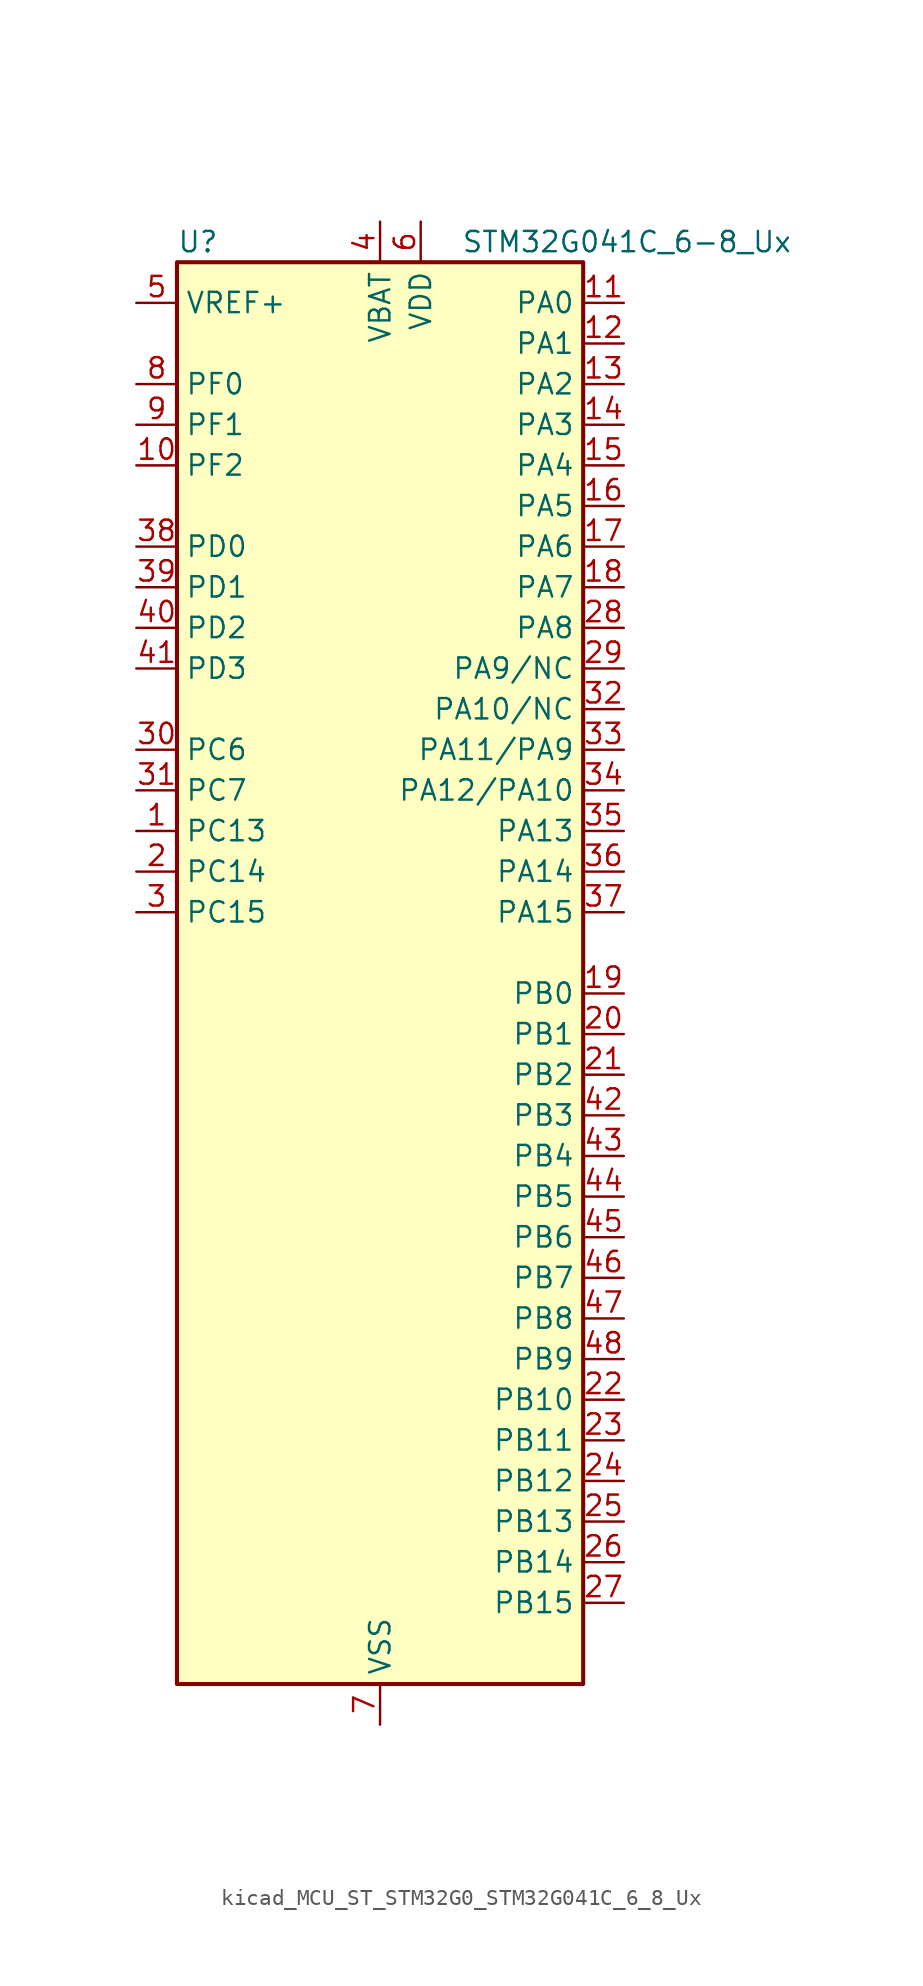
<source format=kicad_sym>
(kicad_symbol_lib
  (version 20220914)
  (generator kicad_symbol_editor)
  (symbol "kicad_MCU_ST_STM32G0_STM32G041C_6_8_Ux"
    (property "Reference" "U"
      (at -12.7 46.99 0)
      (effects (font (size 1.27 1.27)) (justify left)))
    (property "Value" "STM32G041C_6-8_Ux"
      (at 5.08 46.99 0)
      (effects (font (size 1.27 1.27)) (justify left)))
    (property "ki_locked" ""
      (at 0 0 0)
      (effects (font (size 1.27 1.27))))
    (symbol "kicad_MCU_ST_STM32G0_STM32G041C_6_8_Ux_0_1"
      (rectangle (start -12.7 -43.18) (end 12.7 45.72) (stroke (width 0.254) (type default)) (fill (type background))))
    (symbol "kicad_MCU_ST_STM32G0_STM32G041C_6_8_Ux_1_1"
      (pin bidirectional line (at -15.24 10.16 0) (length 2.54) (name "PC13" (effects (font (size 1.27 1.27)))) (number "1" (effects (font (size 1.27 1.27)))) (alternate "RTC_OUT_ALARM" bidirectional line) (alternate "RTC_OUT_CALIB" bidirectional line) (alternate "RTC_TAMP_IN1" bidirectional line) (alternate "RTC_TS" bidirectional line) (alternate "SYS_WKUP2" bidirectional line) (alternate "TIM1_BK" bidirectional line))
      (pin bidirectional line (at -15.24 33.02 0) (length 2.54) (name "PF2" (effects (font (size 1.27 1.27)))) (number "10" (effects (font (size 1.27 1.27)))) (alternate "RCC_MCO" bidirectional line))
      (pin bidirectional line (at 15.24 43.18 180) (length 2.54) (name "PA0" (effects (font (size 1.27 1.27)))) (number "11" (effects (font (size 1.27 1.27)))) (alternate "ADC1_IN0" bidirectional line) (alternate "LPTIM1_OUT" bidirectional line) (alternate "RTC_TAMP_IN2" bidirectional line) (alternate "SPI2_SCK" bidirectional line) (alternate "SYS_WKUP1" bidirectional line) (alternate "TIM2_CH1" bidirectional line) (alternate "TIM2_ETR" bidirectional line) (alternate "USART2_CTS" bidirectional line) (alternate "USART2_NSS" bidirectional line))
      (pin bidirectional line (at 15.24 40.64 180) (length 2.54) (name "PA1" (effects (font (size 1.27 1.27)))) (number "12" (effects (font (size 1.27 1.27)))) (alternate "ADC1_IN1" bidirectional line) (alternate "I2C1_SMBA" bidirectional line) (alternate "I2S1_CK" bidirectional line) (alternate "SPI1_SCK" bidirectional line) (alternate "TIM2_CH2" bidirectional line) (alternate "USART2_CK" bidirectional line) (alternate "USART2_DE" bidirectional line) (alternate "USART2_RTS" bidirectional line))
      (pin bidirectional line (at 15.24 38.1 180) (length 2.54) (name "PA2" (effects (font (size 1.27 1.27)))) (number "13" (effects (font (size 1.27 1.27)))) (alternate "ADC1_IN2" bidirectional line) (alternate "I2S1_SD" bidirectional line) (alternate "LPUART1_TX" bidirectional line) (alternate "RCC_LSCO" bidirectional line) (alternate "SPI1_MOSI" bidirectional line) (alternate "SYS_WKUP4" bidirectional line) (alternate "TIM2_CH3" bidirectional line) (alternate "USART2_TX" bidirectional line))
      (pin bidirectional line (at 15.24 35.56 180) (length 2.54) (name "PA3" (effects (font (size 1.27 1.27)))) (number "14" (effects (font (size 1.27 1.27)))) (alternate "ADC1_IN3" bidirectional line) (alternate "LPUART1_RX" bidirectional line) (alternate "SPI2_MISO" bidirectional line) (alternate "TIM2_CH4" bidirectional line) (alternate "USART2_RX" bidirectional line))
      (pin bidirectional line (at 15.24 33.02 180) (length 2.54) (name "PA4" (effects (font (size 1.27 1.27)))) (number "15" (effects (font (size 1.27 1.27)))) (alternate "ADC1_IN4" bidirectional line) (alternate "I2S1_WS" bidirectional line) (alternate "LPTIM2_OUT" bidirectional line) (alternate "RTC_OUT_ALARM" bidirectional line) (alternate "RTC_OUT_CALIB" bidirectional line) (alternate "SPI1_NSS" bidirectional line) (alternate "SPI2_MOSI" bidirectional line) (alternate "TIM14_CH1" bidirectional line))
      (pin bidirectional line (at 15.24 30.48 180) (length 2.54) (name "PA5" (effects (font (size 1.27 1.27)))) (number "16" (effects (font (size 1.27 1.27)))) (alternate "ADC1_IN5" bidirectional line) (alternate "I2S1_CK" bidirectional line) (alternate "LPTIM2_ETR" bidirectional line) (alternate "SPI1_SCK" bidirectional line) (alternate "TIM2_CH1" bidirectional line) (alternate "TIM2_ETR" bidirectional line))
      (pin bidirectional line (at 15.24 27.94 180) (length 2.54) (name "PA6" (effects (font (size 1.27 1.27)))) (number "17" (effects (font (size 1.27 1.27)))) (alternate "ADC1_IN6" bidirectional line) (alternate "I2S1_MCK" bidirectional line) (alternate "LPUART1_CTS" bidirectional line) (alternate "SPI1_MISO" bidirectional line) (alternate "TIM16_CH1" bidirectional line) (alternate "TIM1_BK" bidirectional line) (alternate "TIM3_CH1" bidirectional line))
      (pin bidirectional line (at 15.24 25.4 180) (length 2.54) (name "PA7" (effects (font (size 1.27 1.27)))) (number "18" (effects (font (size 1.27 1.27)))) (alternate "ADC1_IN7" bidirectional line) (alternate "I2S1_SD" bidirectional line) (alternate "SPI1_MOSI" bidirectional line) (alternate "TIM14_CH1" bidirectional line) (alternate "TIM17_CH1" bidirectional line) (alternate "TIM1_CH1N" bidirectional line) (alternate "TIM3_CH2" bidirectional line))
      (pin bidirectional line (at 15.24 0 180) (length 2.54) (name "PB0" (effects (font (size 1.27 1.27)))) (number "19" (effects (font (size 1.27 1.27)))) (alternate "ADC1_IN8" bidirectional line) (alternate "I2S1_WS" bidirectional line) (alternate "LPTIM1_OUT" bidirectional line) (alternate "SPI1_NSS" bidirectional line) (alternate "TIM1_CH2N" bidirectional line) (alternate "TIM3_CH3" bidirectional line))
      (pin bidirectional line (at -15.24 7.62 0) (length 2.54) (name "PC14" (effects (font (size 1.27 1.27)))) (number "2" (effects (font (size 1.27 1.27)))) (alternate "RCC_OSC32_IN" bidirectional line) (alternate "TIM1_BK2" bidirectional line))
      (pin bidirectional line (at 15.24 -2.54 180) (length 2.54) (name "PB1" (effects (font (size 1.27 1.27)))) (number "20" (effects (font (size 1.27 1.27)))) (alternate "ADC1_IN9" bidirectional line) (alternate "LPTIM2_IN1" bidirectional line) (alternate "LPUART1_DE" bidirectional line) (alternate "LPUART1_RTS" bidirectional line) (alternate "TIM14_CH1" bidirectional line) (alternate "TIM1_CH3N" bidirectional line) (alternate "TIM3_CH4" bidirectional line))
      (pin bidirectional line (at 15.24 -5.08 180) (length 2.54) (name "PB2" (effects (font (size 1.27 1.27)))) (number "21" (effects (font (size 1.27 1.27)))) (alternate "ADC1_IN10" bidirectional line) (alternate "LPTIM1_OUT" bidirectional line) (alternate "SPI2_MISO" bidirectional line))
      (pin bidirectional line (at 15.24 -25.4 180) (length 2.54) (name "PB10" (effects (font (size 1.27 1.27)))) (number "22" (effects (font (size 1.27 1.27)))) (alternate "ADC1_IN11" bidirectional line) (alternate "I2C2_SCL" bidirectional line) (alternate "LPUART1_RX" bidirectional line) (alternate "SPI2_SCK" bidirectional line) (alternate "TIM2_CH3" bidirectional line))
      (pin bidirectional line (at 15.24 -27.94 180) (length 2.54) (name "PB11" (effects (font (size 1.27 1.27)))) (number "23" (effects (font (size 1.27 1.27)))) (alternate "ADC1_EXTI11" bidirectional line) (alternate "ADC1_IN15" bidirectional line) (alternate "I2C2_SDA" bidirectional line) (alternate "LPUART1_TX" bidirectional line) (alternate "SPI2_MOSI" bidirectional line) (alternate "TIM2_CH4" bidirectional line))
      (pin bidirectional line (at 15.24 -30.48 180) (length 2.54) (name "PB12" (effects (font (size 1.27 1.27)))) (number "24" (effects (font (size 1.27 1.27)))) (alternate "ADC1_IN16" bidirectional line) (alternate "LPUART1_DE" bidirectional line) (alternate "LPUART1_RTS" bidirectional line) (alternate "SPI2_NSS" bidirectional line) (alternate "TIM1_BK" bidirectional line))
      (pin bidirectional line (at 15.24 -33.02 180) (length 2.54) (name "PB13" (effects (font (size 1.27 1.27)))) (number "25" (effects (font (size 1.27 1.27)))) (alternate "I2C2_SCL" bidirectional line) (alternate "LPUART1_CTS" bidirectional line) (alternate "SPI2_SCK" bidirectional line) (alternate "TIM1_CH1N" bidirectional line))
      (pin bidirectional line (at 15.24 -35.56 180) (length 2.54) (name "PB14" (effects (font (size 1.27 1.27)))) (number "26" (effects (font (size 1.27 1.27)))) (alternate "I2C2_SDA" bidirectional line) (alternate "SPI2_MISO" bidirectional line) (alternate "TIM1_CH2N" bidirectional line))
      (pin bidirectional line (at 15.24 -38.1 180) (length 2.54) (name "PB15" (effects (font (size 1.27 1.27)))) (number "27" (effects (font (size 1.27 1.27)))) (alternate "RTC_REFIN" bidirectional line) (alternate "SPI2_MOSI" bidirectional line) (alternate "TIM1_CH3N" bidirectional line))
      (pin bidirectional line (at 15.24 22.86 180) (length 2.54) (name "PA8" (effects (font (size 1.27 1.27)))) (number "28" (effects (font (size 1.27 1.27)))) (alternate "LPTIM2_OUT" bidirectional line) (alternate "RCC_MCO" bidirectional line) (alternate "SPI2_NSS" bidirectional line) (alternate "TIM1_CH1" bidirectional line))
      (pin bidirectional line (at 15.24 20.32 180) (length 2.54) (name "PA9/NC" (effects (font (size 1.27 1.27)))) (number "29" (effects (font (size 1.27 1.27)))) (alternate "I2C1_SCL" bidirectional line) (alternate "RCC_MCO" bidirectional line) (alternate "SPI2_MISO" bidirectional line) (alternate "TIM1_CH2" bidirectional line) (alternate "USART1_TX" bidirectional line))
      (pin bidirectional line (at -15.24 5.08 0) (length 2.54) (name "PC15" (effects (font (size 1.27 1.27)))) (number "3" (effects (font (size 1.27 1.27)))) (alternate "RCC_OSC32_EN" bidirectional line) (alternate "RCC_OSC32_OUT" bidirectional line) (alternate "RCC_OSC_EN" bidirectional line))
      (pin bidirectional line (at -15.24 15.24 0) (length 2.54) (name "PC6" (effects (font (size 1.27 1.27)))) (number "30" (effects (font (size 1.27 1.27)))) (alternate "TIM2_CH3" bidirectional line) (alternate "TIM3_CH1" bidirectional line))
      (pin bidirectional line (at -15.24 12.7 0) (length 2.54) (name "PC7" (effects (font (size 1.27 1.27)))) (number "31" (effects (font (size 1.27 1.27)))) (alternate "TIM2_CH4" bidirectional line) (alternate "TIM3_CH2" bidirectional line))
      (pin bidirectional line (at 15.24 17.78 180) (length 2.54) (name "PA10/NC" (effects (font (size 1.27 1.27)))) (number "32" (effects (font (size 1.27 1.27)))) (alternate "I2C1_SDA" bidirectional line) (alternate "SPI2_MOSI" bidirectional line) (alternate "TIM17_BK" bidirectional line) (alternate "TIM1_CH3" bidirectional line) (alternate "USART1_RX" bidirectional line))
      (pin bidirectional line (at 15.24 15.24 180) (length 2.54) (name "PA11/PA9" (effects (font (size 1.27 1.27)))) (number "33" (effects (font (size 1.27 1.27)))) (alternate "ADC1_EXTI11" bidirectional line) (alternate "I2C2_SCL" bidirectional line) (alternate "I2S1_MCK" bidirectional line) (alternate "SPI1_MISO" bidirectional line) (alternate "TIM1_BK2" bidirectional line) (alternate "TIM1_CH4" bidirectional line) (alternate "USART1_CTS" bidirectional line) (alternate "USART1_NSS" bidirectional line))
      (pin bidirectional line (at 15.24 12.7 180) (length 2.54) (name "PA12/PA10" (effects (font (size 1.27 1.27)))) (number "34" (effects (font (size 1.27 1.27)))) (alternate "I2C2_SDA" bidirectional line) (alternate "I2S1_SD" bidirectional line) (alternate "I2S_CKIN" bidirectional line) (alternate "SPI1_MOSI" bidirectional line) (alternate "TIM1_ETR" bidirectional line) (alternate "USART1_CK" bidirectional line) (alternate "USART1_DE" bidirectional line) (alternate "USART1_RTS" bidirectional line))
      (pin bidirectional line (at 15.24 10.16 180) (length 2.54) (name "PA13" (effects (font (size 1.27 1.27)))) (number "35" (effects (font (size 1.27 1.27)))) (alternate "ADC1_IN17" bidirectional line) (alternate "IR_OUT" bidirectional line) (alternate "SYS_SWDIO" bidirectional line))
      (pin bidirectional line (at 15.24 7.62 180) (length 2.54) (name "PA14" (effects (font (size 1.27 1.27)))) (number "36" (effects (font (size 1.27 1.27)))) (alternate "ADC1_IN18" bidirectional line) (alternate "SYS_SWCLK" bidirectional line) (alternate "USART2_TX" bidirectional line))
      (pin bidirectional line (at 15.24 5.08 180) (length 2.54) (name "PA15" (effects (font (size 1.27 1.27)))) (number "37" (effects (font (size 1.27 1.27)))) (alternate "I2S1_WS" bidirectional line) (alternate "SPI1_NSS" bidirectional line) (alternate "TIM2_CH1" bidirectional line) (alternate "TIM2_ETR" bidirectional line) (alternate "USART2_RX" bidirectional line))
      (pin bidirectional line (at -15.24 27.94 0) (length 2.54) (name "PD0" (effects (font (size 1.27 1.27)))) (number "38" (effects (font (size 1.27 1.27)))) (alternate "SPI2_NSS" bidirectional line) (alternate "TIM16_CH1" bidirectional line))
      (pin bidirectional line (at -15.24 25.4 0) (length 2.54) (name "PD1" (effects (font (size 1.27 1.27)))) (number "39" (effects (font (size 1.27 1.27)))) (alternate "SPI2_SCK" bidirectional line) (alternate "TIM17_CH1" bidirectional line))
      (pin power_in line (at 0 48.26 270) (length 2.54) (name "VBAT" (effects (font (size 1.27 1.27)))) (number "4" (effects (font (size 1.27 1.27)))))
      (pin bidirectional line (at -15.24 22.86 0) (length 2.54) (name "PD2" (effects (font (size 1.27 1.27)))) (number "40" (effects (font (size 1.27 1.27)))) (alternate "TIM1_CH1N" bidirectional line) (alternate "TIM3_ETR" bidirectional line))
      (pin bidirectional line (at -15.24 20.32 0) (length 2.54) (name "PD3" (effects (font (size 1.27 1.27)))) (number "41" (effects (font (size 1.27 1.27)))) (alternate "SPI2_MISO" bidirectional line) (alternate "TIM1_CH2N" bidirectional line) (alternate "USART2_CTS" bidirectional line) (alternate "USART2_NSS" bidirectional line))
      (pin bidirectional line (at 15.24 -7.62 180) (length 2.54) (name "PB3" (effects (font (size 1.27 1.27)))) (number "42" (effects (font (size 1.27 1.27)))) (alternate "I2S1_CK" bidirectional line) (alternate "SPI1_SCK" bidirectional line) (alternate "TIM1_CH2" bidirectional line) (alternate "TIM2_CH2" bidirectional line) (alternate "USART1_CK" bidirectional line) (alternate "USART1_DE" bidirectional line) (alternate "USART1_RTS" bidirectional line))
      (pin bidirectional line (at 15.24 -10.16 180) (length 2.54) (name "PB4" (effects (font (size 1.27 1.27)))) (number "43" (effects (font (size 1.27 1.27)))) (alternate "I2S1_MCK" bidirectional line) (alternate "SPI1_MISO" bidirectional line) (alternate "TIM17_BK" bidirectional line) (alternate "TIM3_CH1" bidirectional line) (alternate "USART1_CTS" bidirectional line) (alternate "USART1_NSS" bidirectional line))
      (pin bidirectional line (at 15.24 -12.7 180) (length 2.54) (name "PB5" (effects (font (size 1.27 1.27)))) (number "44" (effects (font (size 1.27 1.27)))) (alternate "I2C1_SMBA" bidirectional line) (alternate "I2S1_SD" bidirectional line) (alternate "LPTIM1_IN1" bidirectional line) (alternate "SPI1_MOSI" bidirectional line) (alternate "SYS_WKUP6" bidirectional line) (alternate "TIM16_BK" bidirectional line) (alternate "TIM3_CH2" bidirectional line))
      (pin bidirectional line (at 15.24 -15.24 180) (length 2.54) (name "PB6" (effects (font (size 1.27 1.27)))) (number "45" (effects (font (size 1.27 1.27)))) (alternate "I2C1_SCL" bidirectional line) (alternate "LPTIM1_ETR" bidirectional line) (alternate "SPI2_MISO" bidirectional line) (alternate "TIM16_CH1N" bidirectional line) (alternate "TIM1_CH3" bidirectional line) (alternate "USART1_TX" bidirectional line))
      (pin bidirectional line (at 15.24 -17.78 180) (length 2.54) (name "PB7" (effects (font (size 1.27 1.27)))) (number "46" (effects (font (size 1.27 1.27)))) (alternate "I2C1_SDA" bidirectional line) (alternate "LPTIM1_IN2" bidirectional line) (alternate "SPI2_MOSI" bidirectional line) (alternate "SYS_PVD_IN" bidirectional line) (alternate "TIM17_CH1N" bidirectional line) (alternate "USART1_RX" bidirectional line))
      (pin bidirectional line (at 15.24 -20.32 180) (length 2.54) (name "PB8" (effects (font (size 1.27 1.27)))) (number "47" (effects (font (size 1.27 1.27)))) (alternate "I2C1_SCL" bidirectional line) (alternate "SPI2_SCK" bidirectional line) (alternate "TIM16_CH1" bidirectional line))
      (pin bidirectional line (at 15.24 -22.86 180) (length 2.54) (name "PB9" (effects (font (size 1.27 1.27)))) (number "48" (effects (font (size 1.27 1.27)))) (alternate "I2C1_SDA" bidirectional line) (alternate "IR_OUT" bidirectional line) (alternate "SPI2_NSS" bidirectional line) (alternate "TIM17_CH1" bidirectional line))
      (pin passive line (at 0 -45.72 90) (length 2.54) hide (name "VSS" (effects (font (size 1.27 1.27)))) (number "49" (effects (font (size 1.27 1.27)))))
      (pin input line (at -15.24 43.18 0) (length 2.54) (name "VREF+" (effects (font (size 1.27 1.27)))) (number "5" (effects (font (size 1.27 1.27)))) (alternate "VREFBUF_OUT" bidirectional line))
      (pin power_in line (at 2.54 48.26 270) (length 2.54) (name "VDD" (effects (font (size 1.27 1.27)))) (number "6" (effects (font (size 1.27 1.27)))))
      (pin power_in line (at 0 -45.72 90) (length 2.54) (name "VSS" (effects (font (size 1.27 1.27)))) (number "7" (effects (font (size 1.27 1.27)))))
      (pin bidirectional line (at -15.24 38.1 0) (length 2.54) (name "PF0" (effects (font (size 1.27 1.27)))) (number "8" (effects (font (size 1.27 1.27)))) (alternate "RCC_OSC_IN" bidirectional line) (alternate "TIM14_CH1" bidirectional line))
      (pin bidirectional line (at -15.24 35.56 0) (length 2.54) (name "PF1" (effects (font (size 1.27 1.27)))) (number "9" (effects (font (size 1.27 1.27)))) (alternate "RCC_OSC_EN" bidirectional line) (alternate "RCC_OSC_OUT" bidirectional line)))))
</source>
